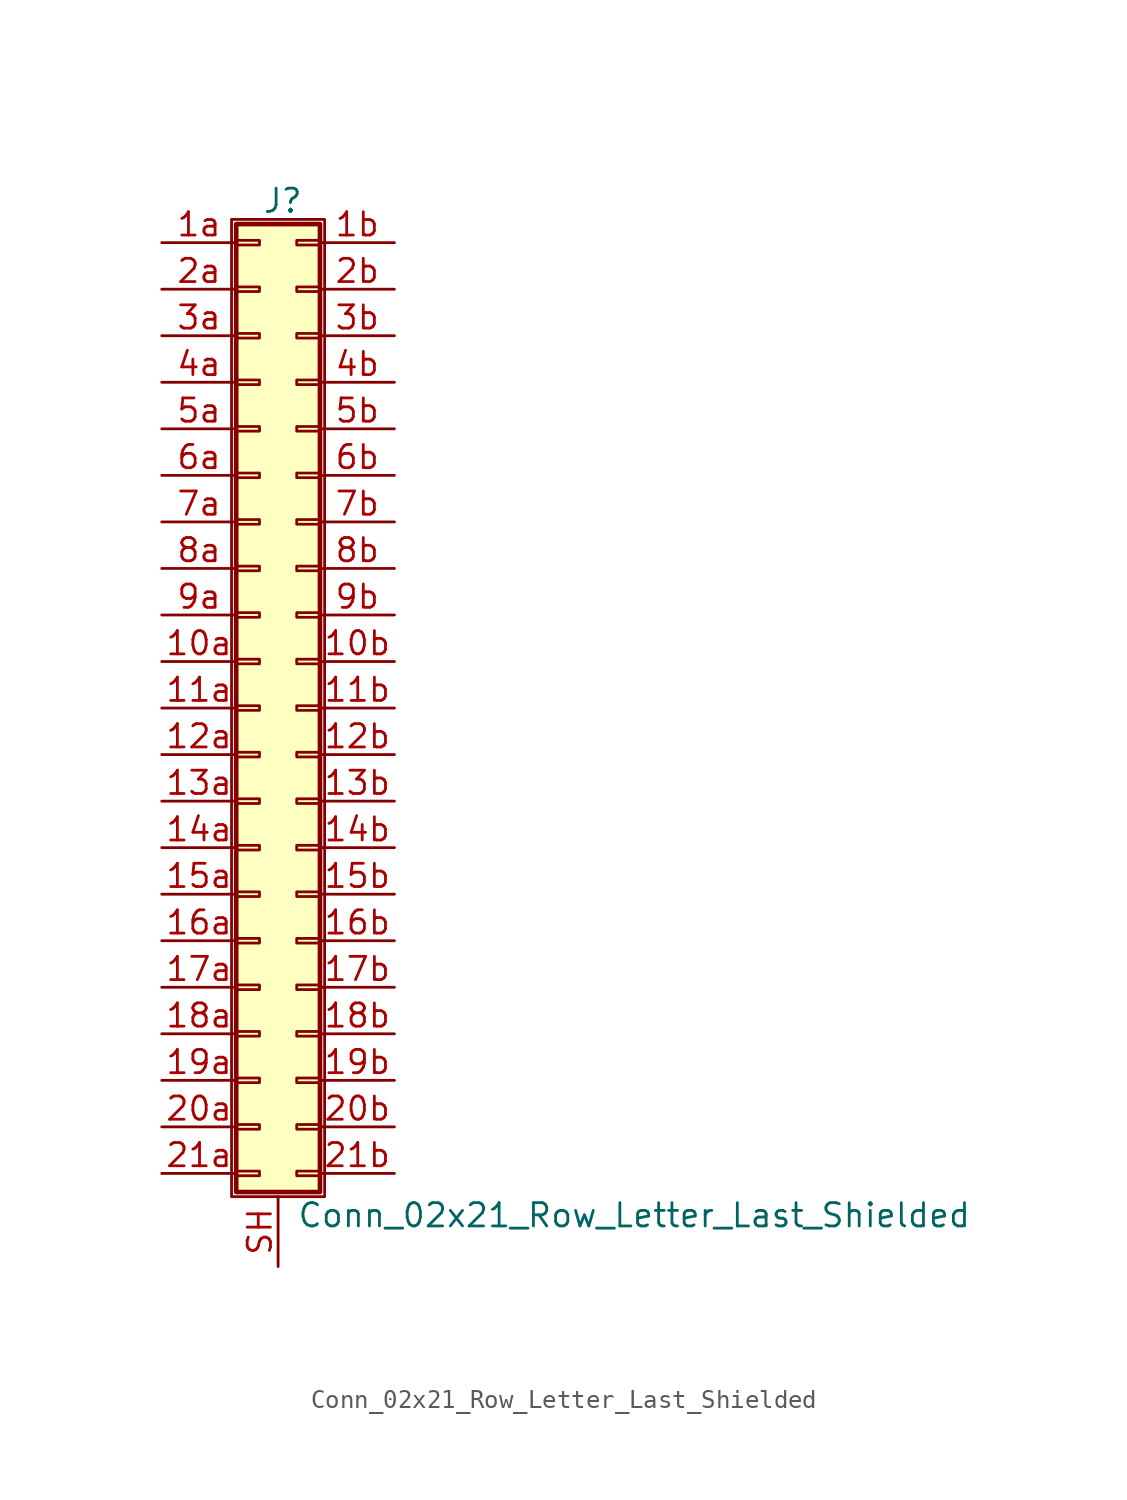
<source format=kicad_sym>
(kicad_symbol_lib
  (version 20220914)
  (generator kicad_symbol_editor)
  (symbol "Conn_02x21_Row_Letter_Last_Shielded"
    (pin_names
      (offset 1.016) hide)
    (property "Reference" "J"
      (at 1.524 27.686 0)
      (effects (font (size 1.27 1.27))))
    (property "Value" "Conn_02x21_Row_Letter_Last_Shielded"
      (at 2.286 -27.686 0)
      (effects (font (size 1.27 1.27)) (justify left)))
    (symbol "Conn_02x21_Row_Letter_Last_Shielded_1_1"
      (rectangle (start -1.27 26.67) (end 3.81 -26.67) (stroke (width 0.152) (type default)) (fill (type none)))
      (rectangle (start -1.016 -25.273) (end 0.254 -25.527) (stroke (width 0.152) (type default)) (fill (type none)))
      (rectangle (start -1.016 -22.733) (end 0.254 -22.987) (stroke (width 0.152) (type default)) (fill (type none)))
      (rectangle (start -1.016 -20.193) (end 0.254 -20.447) (stroke (width 0.152) (type default)) (fill (type none)))
      (rectangle (start -1.016 -17.653) (end 0.254 -17.907) (stroke (width 0.152) (type default)) (fill (type none)))
      (rectangle (start -1.016 -15.113) (end 0.254 -15.367) (stroke (width 0.152) (type default)) (fill (type none)))
      (rectangle (start -1.016 -12.573) (end 0.254 -12.827) (stroke (width 0.152) (type default)) (fill (type none)))
      (rectangle (start -1.016 -10.033) (end 0.254 -10.287) (stroke (width 0.152) (type default)) (fill (type none)))
      (rectangle (start -1.016 -7.493) (end 0.254 -7.747) (stroke (width 0.152) (type default)) (fill (type none)))
      (rectangle (start -1.016 -4.953) (end 0.254 -5.207) (stroke (width 0.152) (type default)) (fill (type none)))
      (rectangle (start -1.016 -2.413) (end 0.254 -2.667) (stroke (width 0.152) (type default)) (fill (type none)))
      (rectangle (start -1.016 0.127) (end 0.254 -0.127) (stroke (width 0.152) (type default)) (fill (type none)))
      (rectangle (start -1.016 2.667) (end 0.254 2.413) (stroke (width 0.152) (type default)) (fill (type none)))
      (rectangle (start -1.016 5.207) (end 0.254 4.953) (stroke (width 0.152) (type default)) (fill (type none)))
      (rectangle (start -1.016 7.747) (end 0.254 7.493) (stroke (width 0.152) (type default)) (fill (type none)))
      (rectangle (start -1.016 10.287) (end 0.254 10.033) (stroke (width 0.152) (type default)) (fill (type none)))
      (rectangle (start -1.016 12.827) (end 0.254 12.573) (stroke (width 0.152) (type default)) (fill (type none)))
      (rectangle (start -1.016 15.367) (end 0.254 15.113) (stroke (width 0.152) (type default)) (fill (type none)))
      (rectangle (start -1.016 17.907) (end 0.254 17.653) (stroke (width 0.152) (type default)) (fill (type none)))
      (rectangle (start -1.016 20.447) (end 0.254 20.193) (stroke (width 0.152) (type default)) (fill (type none)))
      (rectangle (start -1.016 22.987) (end 0.254 22.733) (stroke (width 0.152) (type default)) (fill (type none)))
      (rectangle (start -1.016 25.527) (end 0.254 25.273) (stroke (width 0.152) (type default)) (fill (type none)))
      (rectangle (start -1.016 26.416) (end 3.556 -26.416) (stroke (width 0.254) (type default)) (fill (type background)))
      (rectangle (start 3.556 -25.273) (end 2.286 -25.527) (stroke (width 0.152) (type default)) (fill (type none)))
      (rectangle (start 3.556 -22.733) (end 2.286 -22.987) (stroke (width 0.152) (type default)) (fill (type none)))
      (rectangle (start 3.556 -20.193) (end 2.286 -20.447) (stroke (width 0.152) (type default)) (fill (type none)))
      (rectangle (start 3.556 -17.653) (end 2.286 -17.907) (stroke (width 0.152) (type default)) (fill (type none)))
      (rectangle (start 3.556 -15.113) (end 2.286 -15.367) (stroke (width 0.152) (type default)) (fill (type none)))
      (rectangle (start 3.556 -12.573) (end 2.286 -12.827) (stroke (width 0.152) (type default)) (fill (type none)))
      (rectangle (start 3.556 -10.033) (end 2.286 -10.287) (stroke (width 0.152) (type default)) (fill (type none)))
      (rectangle (start 3.556 -7.493) (end 2.286 -7.747) (stroke (width 0.152) (type default)) (fill (type none)))
      (rectangle (start 3.556 -4.953) (end 2.286 -5.207) (stroke (width 0.152) (type default)) (fill (type none)))
      (rectangle (start 3.556 -2.413) (end 2.286 -2.667) (stroke (width 0.152) (type default)) (fill (type none)))
      (rectangle (start 3.556 0.127) (end 2.286 -0.127) (stroke (width 0.152) (type default)) (fill (type none)))
      (rectangle (start 3.556 2.667) (end 2.286 2.413) (stroke (width 0.152) (type default)) (fill (type none)))
      (rectangle (start 3.556 5.207) (end 2.286 4.953) (stroke (width 0.152) (type default)) (fill (type none)))
      (rectangle (start 3.556 7.747) (end 2.286 7.493) (stroke (width 0.152) (type default)) (fill (type none)))
      (rectangle (start 3.556 10.287) (end 2.286 10.033) (stroke (width 0.152) (type default)) (fill (type none)))
      (rectangle (start 3.556 12.827) (end 2.286 12.573) (stroke (width 0.152) (type default)) (fill (type none)))
      (rectangle (start 3.556 15.367) (end 2.286 15.113) (stroke (width 0.152) (type default)) (fill (type none)))
      (rectangle (start 3.556 17.907) (end 2.286 17.653) (stroke (width 0.152) (type default)) (fill (type none)))
      (rectangle (start 3.556 20.447) (end 2.286 20.193) (stroke (width 0.152) (type default)) (fill (type none)))
      (rectangle (start 3.556 22.987) (end 2.286 22.733) (stroke (width 0.152) (type default)) (fill (type none)))
      (rectangle (start 3.556 25.527) (end 2.286 25.273) (stroke (width 0.152) (type default)) (fill (type none)))
      (pin passive line (at -5.08 2.54 0) (length 4.064) (name "Pin_10a" (effects (font (size 1.27 1.27)))) (number "10a" (effects (font (size 1.27 1.27)))))
      (pin passive line (at 7.62 2.54 180) (length 4.064) (name "Pin_10b" (effects (font (size 1.27 1.27)))) (number "10b" (effects (font (size 1.27 1.27)))))
      (pin passive line (at -5.08 0 0) (length 4.064) (name "Pin_11a" (effects (font (size 1.27 1.27)))) (number "11a" (effects (font (size 1.27 1.27)))))
      (pin passive line (at 7.62 0 180) (length 4.064) (name "Pin_11b" (effects (font (size 1.27 1.27)))) (number "11b" (effects (font (size 1.27 1.27)))))
      (pin passive line (at -5.08 -2.54 0) (length 4.064) (name "Pin_12a" (effects (font (size 1.27 1.27)))) (number "12a" (effects (font (size 1.27 1.27)))))
      (pin passive line (at 7.62 -2.54 180) (length 4.064) (name "Pin_12b" (effects (font (size 1.27 1.27)))) (number "12b" (effects (font (size 1.27 1.27)))))
      (pin passive line (at -5.08 -5.08 0) (length 4.064) (name "Pin_13a" (effects (font (size 1.27 1.27)))) (number "13a" (effects (font (size 1.27 1.27)))))
      (pin passive line (at 7.62 -5.08 180) (length 4.064) (name "Pin_13b" (effects (font (size 1.27 1.27)))) (number "13b" (effects (font (size 1.27 1.27)))))
      (pin passive line (at -5.08 -7.62 0) (length 4.064) (name "Pin_14a" (effects (font (size 1.27 1.27)))) (number "14a" (effects (font (size 1.27 1.27)))))
      (pin passive line (at 7.62 -7.62 180) (length 4.064) (name "Pin_14b" (effects (font (size 1.27 1.27)))) (number "14b" (effects (font (size 1.27 1.27)))))
      (pin passive line (at -5.08 -10.16 0) (length 4.064) (name "Pin_15a" (effects (font (size 1.27 1.27)))) (number "15a" (effects (font (size 1.27 1.27)))))
      (pin passive line (at 7.62 -10.16 180) (length 4.064) (name "Pin_15b" (effects (font (size 1.27 1.27)))) (number "15b" (effects (font (size 1.27 1.27)))))
      (pin passive line (at -5.08 -12.7 0) (length 4.064) (name "Pin_16a" (effects (font (size 1.27 1.27)))) (number "16a" (effects (font (size 1.27 1.27)))))
      (pin passive line (at 7.62 -12.7 180) (length 4.064) (name "Pin_16b" (effects (font (size 1.27 1.27)))) (number "16b" (effects (font (size 1.27 1.27)))))
      (pin passive line (at -5.08 -15.24 0) (length 4.064) (name "Pin_17a" (effects (font (size 1.27 1.27)))) (number "17a" (effects (font (size 1.27 1.27)))))
      (pin passive line (at 7.62 -15.24 180) (length 4.064) (name "Pin_17b" (effects (font (size 1.27 1.27)))) (number "17b" (effects (font (size 1.27 1.27)))))
      (pin passive line (at -5.08 -17.78 0) (length 4.064) (name "Pin_18a" (effects (font (size 1.27 1.27)))) (number "18a" (effects (font (size 1.27 1.27)))))
      (pin passive line (at 7.62 -17.78 180) (length 4.064) (name "Pin_18b" (effects (font (size 1.27 1.27)))) (number "18b" (effects (font (size 1.27 1.27)))))
      (pin passive line (at -5.08 -20.32 0) (length 4.064) (name "Pin_19a" (effects (font (size 1.27 1.27)))) (number "19a" (effects (font (size 1.27 1.27)))))
      (pin passive line (at 7.62 -20.32 180) (length 4.064) (name "Pin_19b" (effects (font (size 1.27 1.27)))) (number "19b" (effects (font (size 1.27 1.27)))))
      (pin passive line (at -5.08 25.4 0) (length 4.064) (name "Pin_1a" (effects (font (size 1.27 1.27)))) (number "1a" (effects (font (size 1.27 1.27)))))
      (pin passive line (at 7.62 25.4 180) (length 4.064) (name "Pin_1b" (effects (font (size 1.27 1.27)))) (number "1b" (effects (font (size 1.27 1.27)))))
      (pin passive line (at -5.08 -22.86 0) (length 4.064) (name "Pin_20a" (effects (font (size 1.27 1.27)))) (number "20a" (effects (font (size 1.27 1.27)))))
      (pin passive line (at 7.62 -22.86 180) (length 4.064) (name "Pin_20b" (effects (font (size 1.27 1.27)))) (number "20b" (effects (font (size 1.27 1.27)))))
      (pin passive line (at -5.08 -25.4 0) (length 4.064) (name "Pin_21a" (effects (font (size 1.27 1.27)))) (number "21a" (effects (font (size 1.27 1.27)))))
      (pin passive line (at 7.62 -25.4 180) (length 4.064) (name "Pin_21b" (effects (font (size 1.27 1.27)))) (number "21b" (effects (font (size 1.27 1.27)))))
      (pin passive line (at -5.08 22.86 0) (length 4.064) (name "Pin_2a" (effects (font (size 1.27 1.27)))) (number "2a" (effects (font (size 1.27 1.27)))))
      (pin passive line (at 7.62 22.86 180) (length 4.064) (name "Pin_2b" (effects (font (size 1.27 1.27)))) (number "2b" (effects (font (size 1.27 1.27)))))
      (pin passive line (at -5.08 20.32 0) (length 4.064) (name "Pin_3a" (effects (font (size 1.27 1.27)))) (number "3a" (effects (font (size 1.27 1.27)))))
      (pin passive line (at 7.62 20.32 180) (length 4.064) (name "Pin_3b" (effects (font (size 1.27 1.27)))) (number "3b" (effects (font (size 1.27 1.27)))))
      (pin passive line (at -5.08 17.78 0) (length 4.064) (name "Pin_4a" (effects (font (size 1.27 1.27)))) (number "4a" (effects (font (size 1.27 1.27)))))
      (pin passive line (at 7.62 17.78 180) (length 4.064) (name "Pin_4b" (effects (font (size 1.27 1.27)))) (number "4b" (effects (font (size 1.27 1.27)))))
      (pin passive line (at -5.08 15.24 0) (length 4.064) (name "Pin_5a" (effects (font (size 1.27 1.27)))) (number "5a" (effects (font (size 1.27 1.27)))))
      (pin passive line (at 7.62 15.24 180) (length 4.064) (name "Pin_5b" (effects (font (size 1.27 1.27)))) (number "5b" (effects (font (size 1.27 1.27)))))
      (pin passive line (at -5.08 12.7 0) (length 4.064) (name "Pin_6a" (effects (font (size 1.27 1.27)))) (number "6a" (effects (font (size 1.27 1.27)))))
      (pin passive line (at 7.62 12.7 180) (length 4.064) (name "Pin_6b" (effects (font (size 1.27 1.27)))) (number "6b" (effects (font (size 1.27 1.27)))))
      (pin passive line (at -5.08 10.16 0) (length 4.064) (name "Pin_7a" (effects (font (size 1.27 1.27)))) (number "7a" (effects (font (size 1.27 1.27)))))
      (pin passive line (at 7.62 10.16 180) (length 4.064) (name "Pin_7b" (effects (font (size 1.27 1.27)))) (number "7b" (effects (font (size 1.27 1.27)))))
      (pin passive line (at -5.08 7.62 0) (length 4.064) (name "Pin_8a" (effects (font (size 1.27 1.27)))) (number "8a" (effects (font (size 1.27 1.27)))))
      (pin passive line (at 7.62 7.62 180) (length 4.064) (name "Pin_8b" (effects (font (size 1.27 1.27)))) (number "8b" (effects (font (size 1.27 1.27)))))
      (pin passive line (at -5.08 5.08 0) (length 4.064) (name "Pin_9a" (effects (font (size 1.27 1.27)))) (number "9a" (effects (font (size 1.27 1.27)))))
      (pin passive line (at 7.62 5.08 180) (length 4.064) (name "Pin_9b" (effects (font (size 1.27 1.27)))) (number "9b" (effects (font (size 1.27 1.27)))))
      (pin passive line (at 1.27 -30.48 90) (length 3.81) (name "Shield" (effects (font (size 1.27 1.27)))) (number "SH" (effects (font (size 1.27 1.27))))))))
</source>
